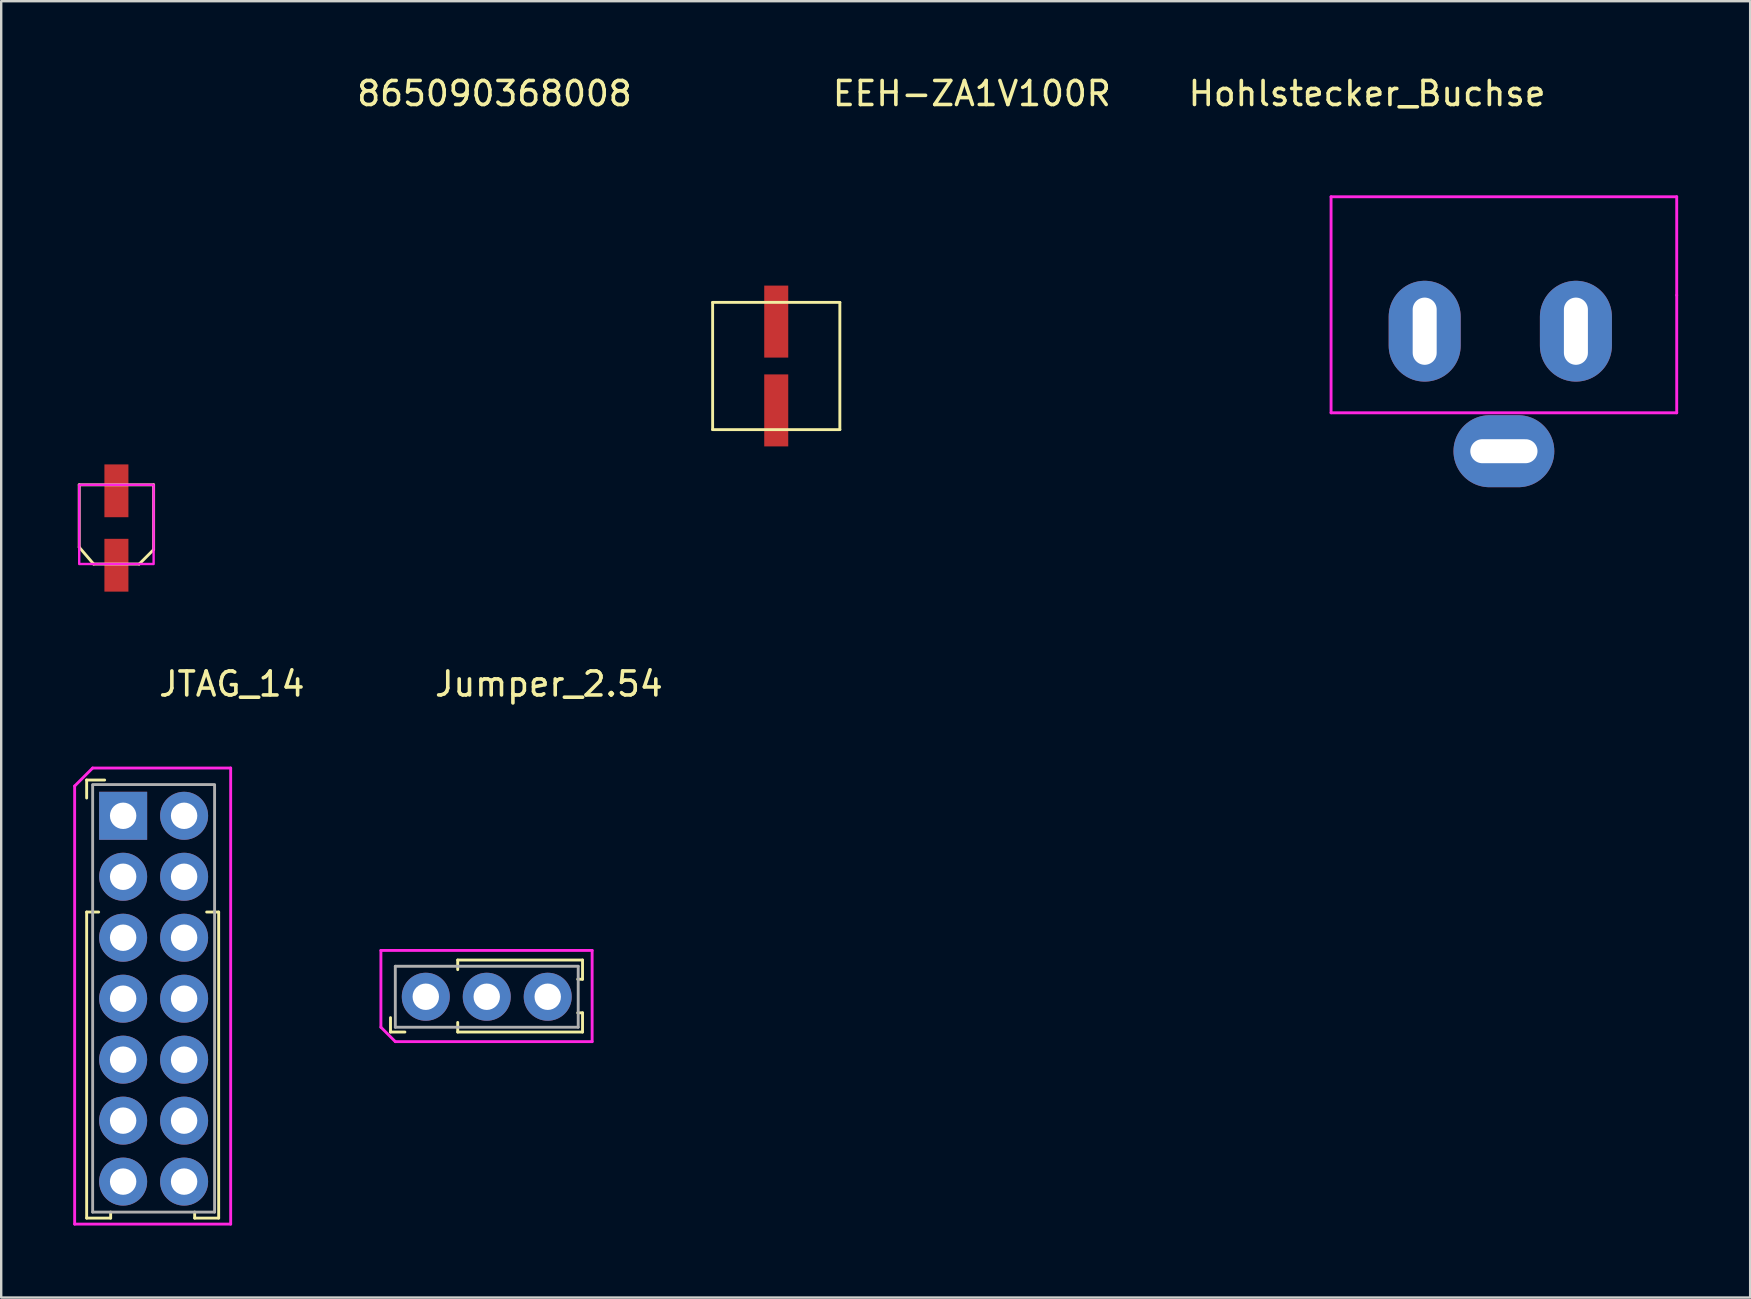
<source format=kicad_pcb>
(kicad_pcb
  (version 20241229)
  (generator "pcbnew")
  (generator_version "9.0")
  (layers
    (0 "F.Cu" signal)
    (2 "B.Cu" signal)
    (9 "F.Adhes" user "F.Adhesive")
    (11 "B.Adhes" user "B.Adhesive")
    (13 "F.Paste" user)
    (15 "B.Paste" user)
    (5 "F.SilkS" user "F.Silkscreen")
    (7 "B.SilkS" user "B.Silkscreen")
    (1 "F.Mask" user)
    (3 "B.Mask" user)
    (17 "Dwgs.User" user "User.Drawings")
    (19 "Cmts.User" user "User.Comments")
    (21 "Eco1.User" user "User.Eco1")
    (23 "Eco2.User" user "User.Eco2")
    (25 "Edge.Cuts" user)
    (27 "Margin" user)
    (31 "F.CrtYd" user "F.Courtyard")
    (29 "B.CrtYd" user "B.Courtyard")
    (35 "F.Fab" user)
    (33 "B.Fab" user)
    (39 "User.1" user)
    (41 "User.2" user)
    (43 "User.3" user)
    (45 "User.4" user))
  (footprint "Hohlstecker_Buchse"
    (layer "F.Cu")
    (at 48.804 13.248)
    (property "Reference" "Hohlstecker_Buchse" (at 5.1 -12.4 0) (layer "F.SilkS") (effects (font (size 1 1) (thickness 0.15))))
    (attr through_hole)
    (fp_line (start 3.6 -8.1) (end 18 -8.1) (stroke (width 0.12) (type solid)) (layer "F.CrtYd"))
    (fp_line (start 3.6 0.9) (end 3.6 -8.1) (stroke (width 0.12) (type solid)) (layer "F.CrtYd"))
    (fp_line (start 18 -8.1) (end 18 -4) (stroke (width 0.12) (type solid)) (layer "F.CrtYd"))
    (fp_line (start 18 -4) (end 18 0.9) (stroke (width 0.12) (type solid)) (layer "F.CrtYd"))
    (fp_line (start 18 0.9) (end 3.6 0.9) (stroke (width 0.12) (type solid)) (layer "F.CrtYd"))
    (pad "1" thru_hole oval (at 13.8 -2.5 180) (size 3 4.2) (drill oval 1 2.8) (layers "*.Cu" "*.Mask"))
    (pad "2" thru_hole oval (at 7.5 -2.5 180) (size 3 4.2) (drill oval 1 2.8) (layers "*.Cu" "*.Mask"))
    (pad "3" thru_hole oval (at 10.8 2.5 270) (size 3 4.2) (drill oval 1 2.8) (layers "*.Cu" "*.Mask")))
  (footprint "JTAG_14"
    (layer "F.Cu")
    (at 0.81 47.447)
    (property "Reference" "JTAG_14" (at 5.8 -22 0) (layer "F.SilkS") (effects (font (size 1 1) (thickness 0.15))))
    (attr through_hole)
    (fp_line (start -0.25 -18) (end 0.5 -18) (stroke (width 0.12) (type solid)) (layer "F.SilkS"))
    (fp_line (start -0.25 -17.25) (end -0.25 -18) (stroke (width 0.12) (type solid)) (layer "F.SilkS"))
    (fp_line (start -0.25 -12.5) (end -0.25 0.25) (stroke (width 0.12) (type solid)) (layer "F.SilkS"))
    (fp_line (start -0.25 0.25) (end 0.75 0.25) (stroke (width 0.12) (type solid)) (layer "F.SilkS"))
    (fp_line (start 0.25 -12.5) (end -0.25 -12.5) (stroke (width 0.12) (type solid)) (layer "F.SilkS"))
    (fp_line (start 0.75 0.25) (end 0.75 0) (stroke (width 0.12) (type solid)) (layer "F.SilkS"))
    (fp_line (start 4.25 0.25) (end 4.25 0) (stroke (width 0.12) (type solid)) (layer "F.SilkS"))
    (fp_line (start 4.75 -12.5) (end 5.25 -12.5) (stroke (width 0.12) (type solid)) (layer "F.SilkS"))
    (fp_line (start 5.25 -12.5) (end 5.25 0.25) (stroke (width 0.12) (type solid)) (layer "F.SilkS"))
    (fp_line (start 5.25 0.25) (end 4.25 0.25) (stroke (width 0.12) (type solid)) (layer "F.SilkS"))
    (fp_line (start -0.75 -17.75) (end -0.75 0.5) (stroke (width 0.12) (type solid)) (layer "F.CrtYd"))
    (fp_line (start -0.75 0.5) (end 5.75 0.5) (stroke (width 0.12) (type solid)) (layer "F.CrtYd"))
    (fp_line (start 0 -18.5) (end -0.75 -17.75) (stroke (width 0.12) (type solid)) (layer "F.CrtYd"))
    (fp_line (start 5.75 -18.5) (end 0 -18.5) (stroke (width 0.12) (type solid)) (layer "F.CrtYd"))
    (fp_line (start 5.75 0.5) (end 5.75 -18.5) (stroke (width 0.12) (type solid)) (layer "F.CrtYd"))
    (fp_line (start 0 -17.81) (end 5.08 -17.81) (stroke (width 0.12) (type solid)) (layer "F.Fab"))
    (fp_line (start 0 0) (end 0 -17.78) (stroke (width 0.12) (type solid)) (layer "F.Fab"))
    (fp_line (start 0 0) (end 5.08 0) (stroke (width 0.12) (type solid)) (layer "F.Fab"))
    (fp_line (start 5.08 0) (end 5.08 -17.78) (stroke (width 0.12) (type solid)) (layer "F.Fab"))
    (pad "1" thru_hole rect (at 1.27 -16.51) (size 2 2) (drill 1.1) (layers "*.Cu" "*.Mask"))
    (pad "2" thru_hole circle (at 1.27 -13.97) (size 2 2) (drill 1.1) (layers "*.Cu" "*.Mask"))
    (pad "3" thru_hole circle (at 1.27 -11.43) (size 2 2) (drill 1.1) (layers "*.Cu" "*.Mask"))
    (pad "4" thru_hole circle (at 1.27 -8.89) (size 2 2) (drill 1.1) (layers "*.Cu" "*.Mask"))
    (pad "5" thru_hole circle (at 1.27 -6.35) (size 2 2) (drill 1.1) (layers "*.Cu" "*.Mask"))
    (pad "6" thru_hole circle (at 1.27 -3.81) (size 2 2) (drill 1.1) (layers "*.Cu" "*.Mask"))
    (pad "7" thru_hole circle (at 1.27 -1.27) (size 2 2) (drill 1.1) (layers "*.Cu" "*.Mask"))
    (pad "8" thru_hole circle (at 3.81 -16.51) (size 2 2) (drill 1.1) (layers "*.Cu" "*.Mask"))
    (pad "9" thru_hole circle (at 3.81 -13.97) (size 2 2) (drill 1.1) (layers "*.Cu" "*.Mask"))
    (pad "10" thru_hole circle (at 3.81 -11.43) (size 2 2) (drill 1.1) (layers "*.Cu" "*.Mask"))
    (pad "11" thru_hole circle (at 3.81 -8.89) (size 2 2) (drill 1.1) (layers "*.Cu" "*.Mask"))
    (pad "12" thru_hole circle (at 3.81 -6.35) (size 2 2) (drill 1.1) (layers "*.Cu" "*.Mask"))
    (pad "13" thru_hole circle (at 3.81 -3.81) (size 2 2) (drill 1.1) (layers "*.Cu" "*.Mask"))
    (pad "14" thru_hole circle (at 3.81 -1.27) (size 2 2) (drill 1.1) (layers "*.Cu" "*.Mask")))
  (footprint "865090368008"
    (layer "F.Cu")
    (at 0.25 20.448)
    (property "Reference" "865090368008" (at 17.3 -19.6 0) (layer "F.SilkS") (effects (font (size 1 1) (thickness 0.15))))
    (attr through_hole)
    (fp_line (start 0 -3.3) (end 0 -0.7) (stroke (width 0.12) (type solid)) (layer "F.SilkS"))
    (fp_line (start 0 -3.3) (end 3.1 -3.3) (stroke (width 0.12) (type solid)) (layer "F.SilkS"))
    (fp_line (start 0 -0.7) (end 0.6 0) (stroke (width 0.12) (type solid)) (layer "F.SilkS"))
    (fp_line (start 2.5 0) (end 0.6 0) (stroke (width 0.12) (type solid)) (layer "F.SilkS"))
    (fp_line (start 2.5 0) (end 3.1 -0.6) (stroke (width 0.12) (type solid)) (layer "F.SilkS"))
    (fp_line (start 3.1 -3.3) (end 3.1 -0.6) (stroke (width 0.12) (type solid)) (layer "F.SilkS"))
    (fp_poly (pts (xy 3.1 0) (xy 0 0) (xy 0 -3.3) (xy 3.1 -3.3)) (stroke (width 0.1) (type solid)) (fill no) (layer "F.CrtYd"))
    (pad "1" smd rect (at 1.55 -3.05) (size 1 2.2) (layers "F.Cu" "F.Mask" "F.Paste"))
    (pad "2" smd rect (at 1.55 0.05) (size 1 2.2) (layers "F.Cu" "F.Mask" "F.Paste")))
  (footprint "EEH-ZA1V100R"
    (layer "F.Cu")
    (at 26.639 14.848)
    (property "Reference" "EEH-ZA1V100R" (at 10.8 -14 0) (layer "F.SilkS") (effects (font (size 1 1) (thickness 0.15))))
    (attr through_hole)
    (fp_line (start 0 -5.3) (end 5.3 -5.3) (stroke (width 0.12) (type solid)) (layer "F.SilkS"))
    (fp_line (start 0 0) (end 0 -5.3) (stroke (width 0.12) (type solid)) (layer "F.SilkS"))
    (fp_line (start 5.3 -5.3) (end 5.3 0) (stroke (width 0.12) (type solid)) (layer "F.SilkS"))
    (fp_line (start 5.3 0) (end 0 0) (stroke (width 0.12) (type solid)) (layer "F.SilkS"))
    (pad "1" smd rect (at 2.65 -4.5) (size 1 3) (layers "F.Cu" "F.Mask" "F.Paste"))
    (pad "2" smd rect (at 2.65 -0.8) (size 1 3) (layers "F.Cu" "F.Mask" "F.Paste")))
  (footprint "Jumper_2.54"
    (layer "F.Cu")
    (at 13.419 39.746)
    (property "Reference" "Jumper_2.54" (at 6.4 -14.3 0) (layer "F.SilkS") (effects (font (size 1 1) (thickness 0.15))))
    (attr through_hole)
    (fp_line (start -0.2 -0.4) (end -0.2 0.2) (stroke (width 0.12) (type solid)) (layer "F.SilkS"))
    (fp_line (start -0.2 0.2) (end 0.4 0.2) (stroke (width 0.12) (type solid)) (layer "F.SilkS"))
    (fp_line (start 2.6 -2.8) (end 2.6 -2.4) (stroke (width 0.12) (type solid)) (layer "F.SilkS"))
    (fp_line (start 2.6 -0.2) (end 2.6 0.2) (stroke (width 0.12) (type solid)) (layer "F.SilkS"))
    (fp_line (start 2.6 0.2) (end 7.8 0.2) (stroke (width 0.12) (type solid)) (layer "F.SilkS"))
    (fp_line (start 7.6 -2) (end 7.8 -2) (stroke (width 0.12) (type solid)) (layer "F.SilkS"))
    (fp_line (start 7.8 -2.8) (end 2.6 -2.8) (stroke (width 0.12) (type solid)) (layer "F.SilkS"))
    (fp_line (start 7.8 -2) (end 7.8 -2.8) (stroke (width 0.12) (type solid)) (layer "F.SilkS"))
    (fp_line (start 7.8 -0.6) (end 7.6 -0.6) (stroke (width 0.12) (type solid)) (layer "F.SilkS"))
    (fp_line (start 7.8 0.2) (end 7.8 -0.6) (stroke (width 0.12) (type solid)) (layer "F.SilkS"))
    (fp_line (start -0.6 -3.2) (end -0.6 0) (stroke (width 0.12) (type solid)) (layer "F.CrtYd"))
    (fp_line (start -0.6 0) (end 0 0.6) (stroke (width 0.12) (type solid)) (layer "F.CrtYd"))
    (fp_line (start 0 0.6) (end 8.2 0.6) (stroke (width 0.12) (type solid)) (layer "F.CrtYd"))
    (fp_line (start 8.2 -3.2) (end -0.6 -3.2) (stroke (width 0.12) (type solid)) (layer "F.CrtYd"))
    (fp_line (start 8.2 0.6) (end 8.2 -3.2) (stroke (width 0.12) (type solid)) (layer "F.CrtYd"))
    (fp_line (start 0 -2.54) (end 7.62 -2.54) (stroke (width 0.12) (type solid)) (layer "F.Fab"))
    (fp_line (start 0 0) (end 0 -2.54) (stroke (width 0.12) (type solid)) (layer "F.Fab"))
    (fp_line (start 0 0) (end 7.62 0) (stroke (width 0.12) (type solid)) (layer "F.Fab"))
    (fp_line (start 7.62 -2.54) (end 7.62 0) (stroke (width 0.12) (type solid)) (layer "F.Fab"))
    (pad "1" thru_hole circle (at 1.27 -1.27) (size 2 2) (drill 1.1) (layers "*.Cu" "*.Mask"))
    (pad "2" thru_hole circle (at 3.81 -1.27) (size 2 2) (drill 1.1) (layers "*.Cu" "*.Mask"))
    (pad "3" thru_hole circle (at 6.35 -1.27) (size 2 2) (drill 1.1) (layers "*.Cu" "*.Mask")))
  (gr_rect
    (start -3 -3)
    (end 69.864 51.007)
    (stroke (width 0.1) (type default))
    (fill no)
    (layer "Edge.Cuts")))
</source>
